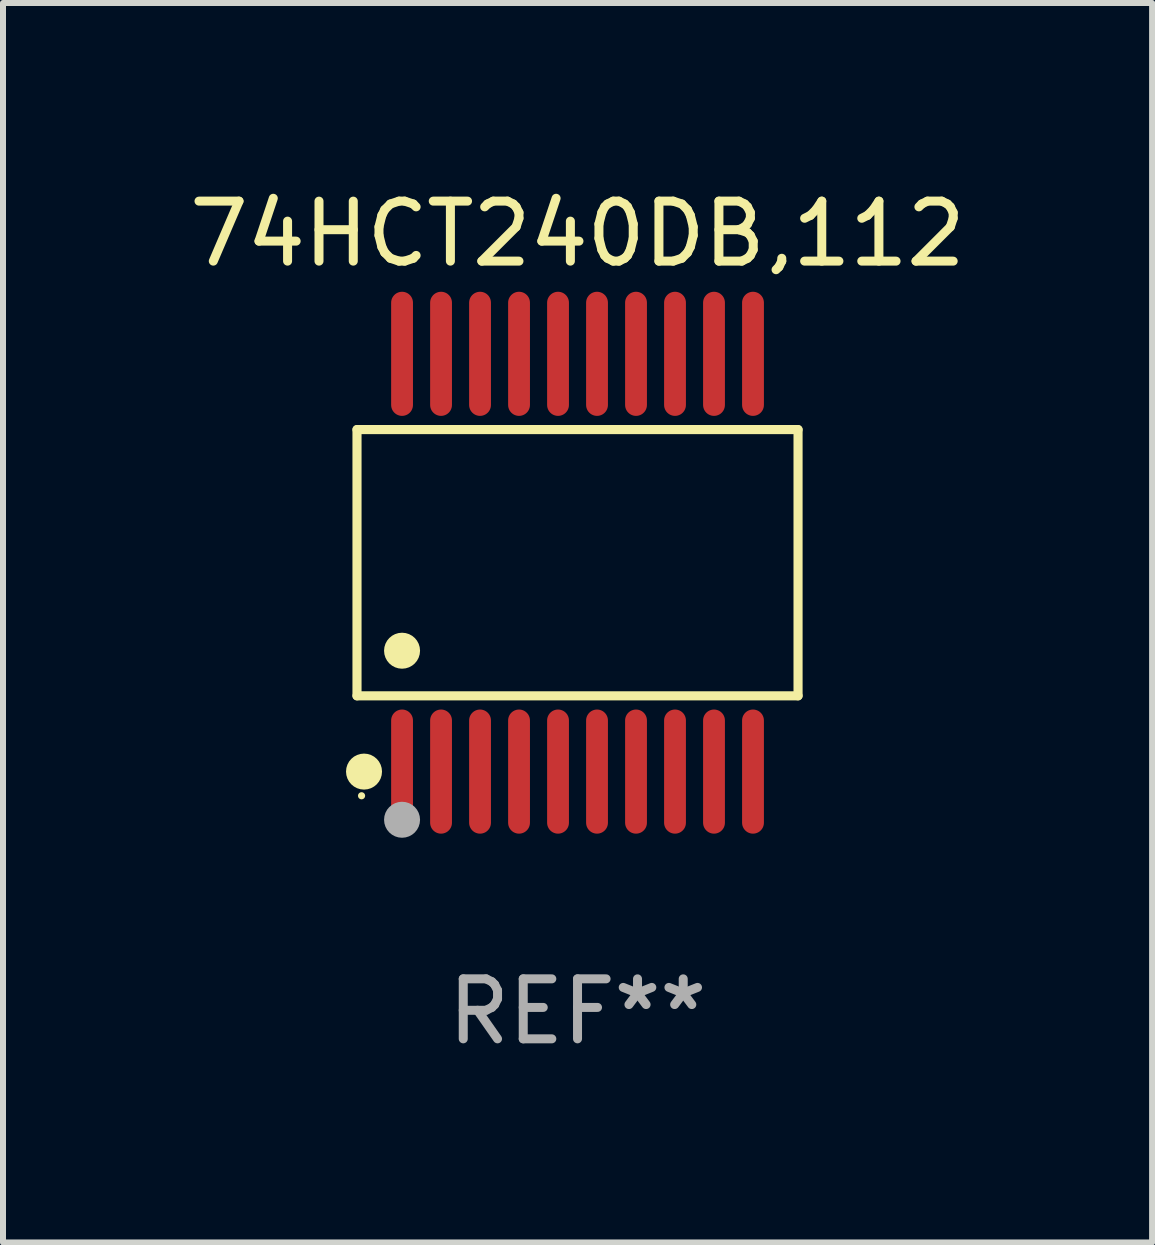
<source format=kicad_pcb>
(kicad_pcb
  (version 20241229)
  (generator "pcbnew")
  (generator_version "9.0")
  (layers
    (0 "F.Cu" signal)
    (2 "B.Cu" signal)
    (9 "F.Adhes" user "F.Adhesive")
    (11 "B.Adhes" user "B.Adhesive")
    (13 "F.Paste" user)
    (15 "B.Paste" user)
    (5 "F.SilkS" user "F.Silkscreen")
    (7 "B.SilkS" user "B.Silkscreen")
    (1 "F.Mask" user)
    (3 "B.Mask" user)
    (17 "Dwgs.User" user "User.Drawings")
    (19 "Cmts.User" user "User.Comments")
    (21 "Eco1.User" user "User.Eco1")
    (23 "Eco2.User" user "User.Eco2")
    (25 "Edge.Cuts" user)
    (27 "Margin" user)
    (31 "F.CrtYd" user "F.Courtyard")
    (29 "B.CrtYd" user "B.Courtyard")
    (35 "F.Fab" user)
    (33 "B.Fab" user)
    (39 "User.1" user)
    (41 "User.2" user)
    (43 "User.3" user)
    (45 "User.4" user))
  (footprint "74HCT240DB,112"
    (layer "F.Cu")
    (at 6.577 6.33)
    (property "Reference" "74HCT240DB,112" (at 0 -5.482 0) (layer "F.SilkS") (effects (font (size 1 1) (thickness 0.15))))
    (attr through_hole)
    (fp_line (start -3.676 -2.219) (end 3.676 -2.219) (stroke (width 0.152) (type solid)) (layer "F.SilkS"))
    (fp_line (start -3.676 2.219) (end -3.676 -2.219) (stroke (width 0.152) (type solid)) (layer "F.SilkS"))
    (fp_line (start 3.676 -2.219) (end 3.676 2.219) (stroke (width 0.152) (type solid)) (layer "F.SilkS"))
    (fp_line (start 3.676 2.219) (end -3.676 2.219) (stroke (width 0.152) (type solid)) (layer "F.SilkS"))
    (fp_circle (center -3.6 3.885) (end -3.57 3.885) (stroke (width 0.06) (type solid)) (fill no) (layer "F.SilkS"))
    (fp_circle (center -3.559 3.482) (end -3.409 3.482) (stroke (width 0.3) (type solid)) (fill no) (layer "F.SilkS"))
    (fp_circle (center -2.925 1.467) (end -2.775 1.467) (stroke (width 0.3) (type solid)) (fill no) (layer "F.SilkS"))
    (fp_circle (center -2.925 4.285) (end -2.775 4.285) (stroke (width 0.3) (type solid)) (fill no) (layer "F.Fab"))
    (fp_text user "REF**" (at 0 7.482 0) (layer "F.Fab") (effects (font (size 1 1) (thickness 0.15))))
    (pad "1" smd oval (at -2.925 3.482) (size 0.364 2.069) (layers "F.Cu" "F.Mask" "F.Paste"))
    (pad "2" smd oval (at -2.275 3.482) (size 0.364 2.069) (layers "F.Cu" "F.Mask" "F.Paste"))
    (pad "3" smd oval (at -1.625 3.482) (size 0.364 2.069) (layers "F.Cu" "F.Mask" "F.Paste"))
    (pad "4" smd oval (at -0.975 3.482) (size 0.364 2.069) (layers "F.Cu" "F.Mask" "F.Paste"))
    (pad "5" smd oval (at -0.325 3.482) (size 0.364 2.069) (layers "F.Cu" "F.Mask" "F.Paste"))
    (pad "6" smd oval (at 0.325 3.482) (size 0.364 2.069) (layers "F.Cu" "F.Mask" "F.Paste"))
    (pad "7" smd oval (at 0.975 3.482) (size 0.364 2.069) (layers "F.Cu" "F.Mask" "F.Paste"))
    (pad "8" smd oval (at 1.625 3.482) (size 0.364 2.069) (layers "F.Cu" "F.Mask" "F.Paste"))
    (pad "9" smd oval (at 2.275 3.482) (size 0.364 2.069) (layers "F.Cu" "F.Mask" "F.Paste"))
    (pad "10" smd oval (at 2.925 3.482) (size 0.364 2.069) (layers "F.Cu" "F.Mask" "F.Paste"))
    (pad "11" smd oval (at 2.925 -3.482) (size 0.364 2.069) (layers "F.Cu" "F.Mask" "F.Paste"))
    (pad "12" smd oval (at 2.275 -3.482) (size 0.364 2.069) (layers "F.Cu" "F.Mask" "F.Paste"))
    (pad "13" smd oval (at 1.625 -3.482) (size 0.364 2.069) (layers "F.Cu" "F.Mask" "F.Paste"))
    (pad "14" smd oval (at 0.975 -3.482) (size 0.364 2.069) (layers "F.Cu" "F.Mask" "F.Paste"))
    (pad "15" smd oval (at 0.325 -3.482) (size 0.364 2.069) (layers "F.Cu" "F.Mask" "F.Paste"))
    (pad "16" smd oval (at -0.325 -3.482) (size 0.364 2.069) (layers "F.Cu" "F.Mask" "F.Paste"))
    (pad "17" smd oval (at -0.975 -3.482) (size 0.364 2.069) (layers "F.Cu" "F.Mask" "F.Paste"))
    (pad "18" smd oval (at -1.625 -3.482) (size 0.364 2.069) (layers "F.Cu" "F.Mask" "F.Paste"))
    (pad "19" smd oval (at -2.275 -3.482) (size 0.364 2.069) (layers "F.Cu" "F.Mask" "F.Paste"))
    (pad "20" smd oval (at -2.925 -3.482) (size 0.364 2.069) (layers "F.Cu" "F.Mask" "F.Paste")))
  (gr_rect
    (start -3 -3)
    (end 16.155 17.661)
    (stroke (width 0.1) (type default))
    (fill no)
    (layer "Edge.Cuts")))
</source>
